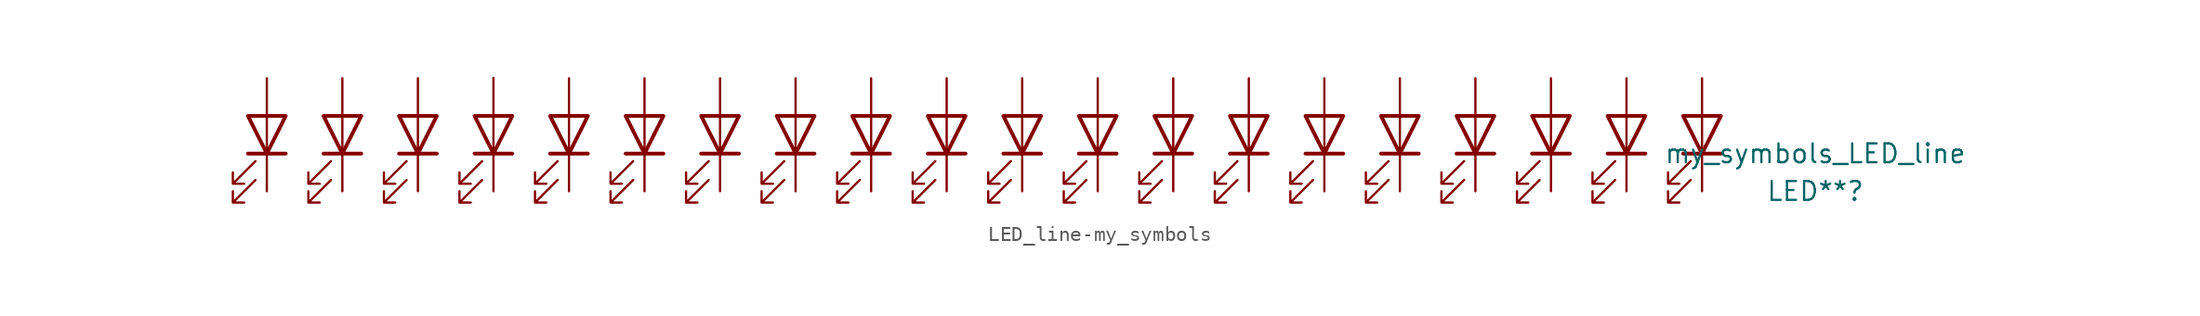
<source format=kicad_sym>
(kicad_symbol_lib
  (version 20231120)
  (generator "kicad_symbol_editor")
  (generator_version "8.0")
  (symbol "LED_line-my_symbols"
    (pin_numbers hide)
    (pin_names
      (offset 1.016) hide)
    (property "Reference" "LED**"
      (at 55.88 0 0)
      (effects (font (size 1.27 1.27))))
    (property "Value" "my_symbols_LED_line"
      (at 55.88 2.54 0)
      (effects (font (size 1.27 1.27))))
    (symbol "LED_line-my_symbols_0_1"
      (rectangle (start -33.02 7.62) (end -33.02 7.62) (stroke (width 0) (type solid)) (fill (type none)))
      (polyline (pts (xy 1.27 2.54) (xy 3.81 2.54)) (stroke (width 0.254) (type solid)) (fill (type none)))
      (polyline (pts (xy 2.54 2.54) (xy 2.54 5.08)) (stroke (width 0) (type solid)) (fill (type none)))
      (polyline (pts (xy 1.27 5.08) (xy 3.81 5.08) (xy 2.54 2.54) (xy 1.27 5.08)) (stroke (width 0.254) (type solid)) (fill (type none)))
      (polyline (pts (xy 1.778 0.762) (xy 0.254 -0.762) (xy 0.254 0) (xy 0.254 -0.762) (xy 1.016 -0.762)) (stroke (width 0) (type solid)) (fill (type none)))
      (polyline (pts (xy 1.778 2.032) (xy 0.254 0.508) (xy 0.254 1.27) (xy 0.254 0.508) (xy 1.016 0.508)) (stroke (width 0) (type solid)) (fill (type none))))
    (symbol "LED_line-my_symbols_1_1"
      (polyline (pts (xy -49.53 2.54) (xy -46.99 2.54)) (stroke (width 0.254) (type solid)) (fill (type none)))
      (polyline (pts (xy -48.26 2.54) (xy -48.26 5.08)) (stroke (width 0) (type solid)) (fill (type none)))
      (polyline (pts (xy -44.45 2.54) (xy -41.91 2.54)) (stroke (width 0.254) (type solid)) (fill (type none)))
      (polyline (pts (xy -43.18 2.54) (xy -43.18 5.08)) (stroke (width 0) (type solid)) (fill (type none)))
      (polyline (pts (xy -39.37 2.54) (xy -36.83 2.54)) (stroke (width 0.254) (type solid)) (fill (type none)))
      (polyline (pts (xy -38.1 2.54) (xy -38.1 5.08)) (stroke (width 0) (type solid)) (fill (type none)))
      (polyline (pts (xy -34.29 2.54) (xy -31.75 2.54)) (stroke (width 0.254) (type solid)) (fill (type none)))
      (polyline (pts (xy -33.02 2.54) (xy -33.02 5.08)) (stroke (width 0) (type solid)) (fill (type none)))
      (polyline (pts (xy -29.21 2.54) (xy -26.67 2.54)) (stroke (width 0.254) (type solid)) (fill (type none)))
      (polyline (pts (xy -27.94 2.54) (xy -27.94 5.08)) (stroke (width 0) (type solid)) (fill (type none)))
      (polyline (pts (xy -24.13 2.54) (xy -21.59 2.54)) (stroke (width 0.254) (type solid)) (fill (type none)))
      (polyline (pts (xy -22.86 2.54) (xy -22.86 5.08)) (stroke (width 0) (type solid)) (fill (type none)))
      (polyline (pts (xy -19.05 2.54) (xy -16.51 2.54)) (stroke (width 0.254) (type solid)) (fill (type none)))
      (polyline (pts (xy -17.78 2.54) (xy -17.78 5.08)) (stroke (width 0) (type solid)) (fill (type none)))
      (polyline (pts (xy -13.97 2.54) (xy -11.43 2.54)) (stroke (width 0.254) (type solid)) (fill (type none)))
      (polyline (pts (xy -12.7 2.54) (xy -12.7 5.08)) (stroke (width 0) (type solid)) (fill (type none)))
      (polyline (pts (xy -8.89 2.54) (xy -6.35 2.54)) (stroke (width 0.254) (type solid)) (fill (type none)))
      (polyline (pts (xy -7.62 2.54) (xy -7.62 5.08)) (stroke (width 0) (type solid)) (fill (type none)))
      (polyline (pts (xy -3.81 2.54) (xy -1.27 2.54)) (stroke (width 0.254) (type solid)) (fill (type none)))
      (polyline (pts (xy -2.54 2.54) (xy -2.54 5.08)) (stroke (width 0) (type solid)) (fill (type none)))
      (polyline (pts (xy 6.35 2.54) (xy 8.89 2.54)) (stroke (width 0.254) (type solid)) (fill (type none)))
      (polyline (pts (xy 7.62 2.54) (xy 7.62 5.08)) (stroke (width 0) (type solid)) (fill (type none)))
      (polyline (pts (xy 11.43 2.54) (xy 13.97 2.54)) (stroke (width 0.254) (type solid)) (fill (type none)))
      (polyline (pts (xy 12.7 2.54) (xy 12.7 5.08)) (stroke (width 0) (type solid)) (fill (type none)))
      (polyline (pts (xy 16.51 2.54) (xy 19.05 2.54)) (stroke (width 0.254) (type solid)) (fill (type none)))
      (polyline (pts (xy 17.78 2.54) (xy 17.78 5.08)) (stroke (width 0) (type solid)) (fill (type none)))
      (polyline (pts (xy 21.59 2.54) (xy 24.13 2.54)) (stroke (width 0.254) (type solid)) (fill (type none)))
      (polyline (pts (xy 22.86 2.54) (xy 22.86 5.08)) (stroke (width 0) (type solid)) (fill (type none)))
      (polyline (pts (xy 26.67 2.54) (xy 29.21 2.54)) (stroke (width 0.254) (type solid)) (fill (type none)))
      (polyline (pts (xy 27.94 2.54) (xy 27.94 5.08)) (stroke (width 0) (type solid)) (fill (type none)))
      (polyline (pts (xy 31.75 2.54) (xy 34.29 2.54)) (stroke (width 0.254) (type solid)) (fill (type none)))
      (polyline (pts (xy 33.02 2.54) (xy 33.02 5.08)) (stroke (width 0) (type solid)) (fill (type none)))
      (polyline (pts (xy 36.83 2.54) (xy 39.37 2.54)) (stroke (width 0.254) (type solid)) (fill (type none)))
      (polyline (pts (xy 38.1 2.54) (xy 38.1 5.08)) (stroke (width 0) (type solid)) (fill (type none)))
      (polyline (pts (xy 41.91 2.54) (xy 44.45 2.54)) (stroke (width 0.254) (type solid)) (fill (type none)))
      (polyline (pts (xy 43.18 2.54) (xy 43.18 5.08)) (stroke (width 0) (type solid)) (fill (type none)))
      (polyline (pts (xy 46.99 2.54) (xy 49.53 2.54)) (stroke (width 0.254) (type solid)) (fill (type none)))
      (polyline (pts (xy 48.26 2.54) (xy 48.26 5.08)) (stroke (width 0) (type solid)) (fill (type none)))
      (polyline (pts (xy -49.53 5.08) (xy -46.99 5.08) (xy -48.26 2.54) (xy -49.53 5.08)) (stroke (width 0.254) (type solid)) (fill (type none)))
      (polyline (pts (xy -44.45 5.08) (xy -41.91 5.08) (xy -43.18 2.54) (xy -44.45 5.08)) (stroke (width 0.254) (type solid)) (fill (type none)))
      (polyline (pts (xy -39.37 5.08) (xy -36.83 5.08) (xy -38.1 2.54) (xy -39.37 5.08)) (stroke (width 0.254) (type solid)) (fill (type none)))
      (polyline (pts (xy -34.29 5.08) (xy -31.75 5.08) (xy -33.02 2.54) (xy -34.29 5.08)) (stroke (width 0.254) (type solid)) (fill (type none)))
      (polyline (pts (xy -29.21 5.08) (xy -26.67 5.08) (xy -27.94 2.54) (xy -29.21 5.08)) (stroke (width 0.254) (type solid)) (fill (type none)))
      (polyline (pts (xy -24.13 5.08) (xy -21.59 5.08) (xy -22.86 2.54) (xy -24.13 5.08)) (stroke (width 0.254) (type solid)) (fill (type none)))
      (polyline (pts (xy -19.05 5.08) (xy -16.51 5.08) (xy -17.78 2.54) (xy -19.05 5.08)) (stroke (width 0.254) (type solid)) (fill (type none)))
      (polyline (pts (xy -13.97 5.08) (xy -11.43 5.08) (xy -12.7 2.54) (xy -13.97 5.08)) (stroke (width 0.254) (type solid)) (fill (type none)))
      (polyline (pts (xy -8.89 5.08) (xy -6.35 5.08) (xy -7.62 2.54) (xy -8.89 5.08)) (stroke (width 0.254) (type solid)) (fill (type none)))
      (polyline (pts (xy -3.81 5.08) (xy -1.27 5.08) (xy -2.54 2.54) (xy -3.81 5.08)) (stroke (width 0.254) (type solid)) (fill (type none)))
      (polyline (pts (xy 6.35 5.08) (xy 8.89 5.08) (xy 7.62 2.54) (xy 6.35 5.08)) (stroke (width 0.254) (type solid)) (fill (type none)))
      (polyline (pts (xy 11.43 5.08) (xy 13.97 5.08) (xy 12.7 2.54) (xy 11.43 5.08)) (stroke (width 0.254) (type solid)) (fill (type none)))
      (polyline (pts (xy 16.51 5.08) (xy 19.05 5.08) (xy 17.78 2.54) (xy 16.51 5.08)) (stroke (width 0.254) (type solid)) (fill (type none)))
      (polyline (pts (xy 21.59 5.08) (xy 24.13 5.08) (xy 22.86 2.54) (xy 21.59 5.08)) (stroke (width 0.254) (type solid)) (fill (type none)))
      (polyline (pts (xy 26.67 5.08) (xy 29.21 5.08) (xy 27.94 2.54) (xy 26.67 5.08)) (stroke (width 0.254) (type solid)) (fill (type none)))
      (polyline (pts (xy 31.75 5.08) (xy 34.29 5.08) (xy 33.02 2.54) (xy 31.75 5.08)) (stroke (width 0.254) (type solid)) (fill (type none)))
      (polyline (pts (xy 36.83 5.08) (xy 39.37 5.08) (xy 38.1 2.54) (xy 36.83 5.08)) (stroke (width 0.254) (type solid)) (fill (type none)))
      (polyline (pts (xy 41.91 5.08) (xy 44.45 5.08) (xy 43.18 2.54) (xy 41.91 5.08)) (stroke (width 0.254) (type solid)) (fill (type none)))
      (polyline (pts (xy 46.99 5.08) (xy 49.53 5.08) (xy 48.26 2.54) (xy 46.99 5.08)) (stroke (width 0.254) (type solid)) (fill (type none)))
      (polyline (pts (xy -49.022 0.762) (xy -50.546 -0.762) (xy -50.546 0) (xy -50.546 -0.762) (xy -49.784 -0.762)) (stroke (width 0) (type solid)) (fill (type none)))
      (polyline (pts (xy -49.022 2.032) (xy -50.546 0.508) (xy -50.546 1.27) (xy -50.546 0.508) (xy -49.784 0.508)) (stroke (width 0) (type solid)) (fill (type none)))
      (polyline (pts (xy -43.942 0.762) (xy -45.466 -0.762) (xy -45.466 0) (xy -45.466 -0.762) (xy -44.704 -0.762)) (stroke (width 0) (type solid)) (fill (type none)))
      (polyline (pts (xy -43.942 2.032) (xy -45.466 0.508) (xy -45.466 1.27) (xy -45.466 0.508) (xy -44.704 0.508)) (stroke (width 0) (type solid)) (fill (type none)))
      (polyline (pts (xy -38.862 0.762) (xy -40.386 -0.762) (xy -40.386 0) (xy -40.386 -0.762) (xy -39.624 -0.762)) (stroke (width 0) (type solid)) (fill (type none)))
      (polyline (pts (xy -38.862 2.032) (xy -40.386 0.508) (xy -40.386 1.27) (xy -40.386 0.508) (xy -39.624 0.508)) (stroke (width 0) (type solid)) (fill (type none)))
      (polyline (pts (xy -33.782 0.762) (xy -35.306 -0.762) (xy -35.306 0) (xy -35.306 -0.762) (xy -34.544 -0.762)) (stroke (width 0) (type solid)) (fill (type none)))
      (polyline (pts (xy -33.782 2.032) (xy -35.306 0.508) (xy -35.306 1.27) (xy -35.306 0.508) (xy -34.544 0.508)) (stroke (width 0) (type solid)) (fill (type none)))
      (polyline (pts (xy -28.702 0.762) (xy -30.226 -0.762) (xy -30.226 0) (xy -30.226 -0.762) (xy -29.464 -0.762)) (stroke (width 0) (type solid)) (fill (type none)))
      (polyline (pts (xy -28.702 2.032) (xy -30.226 0.508) (xy -30.226 1.27) (xy -30.226 0.508) (xy -29.464 0.508)) (stroke (width 0) (type solid)) (fill (type none)))
      (polyline (pts (xy -23.622 0.762) (xy -25.146 -0.762) (xy -25.146 0) (xy -25.146 -0.762) (xy -24.384 -0.762)) (stroke (width 0) (type solid)) (fill (type none)))
      (polyline (pts (xy -23.622 2.032) (xy -25.146 0.508) (xy -25.146 1.27) (xy -25.146 0.508) (xy -24.384 0.508)) (stroke (width 0) (type solid)) (fill (type none)))
      (polyline (pts (xy -18.542 0.762) (xy -20.066 -0.762) (xy -20.066 0) (xy -20.066 -0.762) (xy -19.304 -0.762)) (stroke (width 0) (type solid)) (fill (type none)))
      (polyline (pts (xy -18.542 2.032) (xy -20.066 0.508) (xy -20.066 1.27) (xy -20.066 0.508) (xy -19.304 0.508)) (stroke (width 0) (type solid)) (fill (type none)))
      (polyline (pts (xy -13.462 0.762) (xy -14.986 -0.762) (xy -14.986 0) (xy -14.986 -0.762) (xy -14.224 -0.762)) (stroke (width 0) (type solid)) (fill (type none)))
      (polyline (pts (xy -13.462 2.032) (xy -14.986 0.508) (xy -14.986 1.27) (xy -14.986 0.508) (xy -14.224 0.508)) (stroke (width 0) (type solid)) (fill (type none)))
      (polyline (pts (xy -8.382 0.762) (xy -9.906 -0.762) (xy -9.906 0) (xy -9.906 -0.762) (xy -9.144 -0.762)) (stroke (width 0) (type solid)) (fill (type none)))
      (polyline (pts (xy -8.382 2.032) (xy -9.906 0.508) (xy -9.906 1.27) (xy -9.906 0.508) (xy -9.144 0.508)) (stroke (width 0) (type solid)) (fill (type none)))
      (polyline (pts (xy -3.302 0.762) (xy -4.826 -0.762) (xy -4.826 0) (xy -4.826 -0.762) (xy -4.064 -0.762)) (stroke (width 0) (type solid)) (fill (type none)))
      (polyline (pts (xy -3.302 2.032) (xy -4.826 0.508) (xy -4.826 1.27) (xy -4.826 0.508) (xy -4.064 0.508)) (stroke (width 0) (type solid)) (fill (type none)))
      (polyline (pts (xy 6.858 0.762) (xy 5.334 -0.762) (xy 5.334 0) (xy 5.334 -0.762) (xy 6.096 -0.762)) (stroke (width 0) (type solid)) (fill (type none)))
      (polyline (pts (xy 6.858 2.032) (xy 5.334 0.508) (xy 5.334 1.27) (xy 5.334 0.508) (xy 6.096 0.508)) (stroke (width 0) (type solid)) (fill (type none)))
      (polyline (pts (xy 11.938 0.762) (xy 10.414 -0.762) (xy 10.414 0) (xy 10.414 -0.762) (xy 11.176 -0.762)) (stroke (width 0) (type solid)) (fill (type none)))
      (polyline (pts (xy 11.938 2.032) (xy 10.414 0.508) (xy 10.414 1.27) (xy 10.414 0.508) (xy 11.176 0.508)) (stroke (width 0) (type solid)) (fill (type none)))
      (polyline (pts (xy 17.018 0.762) (xy 15.494 -0.762) (xy 15.494 0) (xy 15.494 -0.762) (xy 16.256 -0.762)) (stroke (width 0) (type solid)) (fill (type none)))
      (polyline (pts (xy 17.018 2.032) (xy 15.494 0.508) (xy 15.494 1.27) (xy 15.494 0.508) (xy 16.256 0.508)) (stroke (width 0) (type solid)) (fill (type none)))
      (polyline (pts (xy 22.098 0.762) (xy 20.574 -0.762) (xy 20.574 0) (xy 20.574 -0.762) (xy 21.336 -0.762)) (stroke (width 0) (type solid)) (fill (type none)))
      (polyline (pts (xy 22.098 2.032) (xy 20.574 0.508) (xy 20.574 1.27) (xy 20.574 0.508) (xy 21.336 0.508)) (stroke (width 0) (type solid)) (fill (type none)))
      (polyline (pts (xy 27.178 0.762) (xy 25.654 -0.762) (xy 25.654 0) (xy 25.654 -0.762) (xy 26.416 -0.762)) (stroke (width 0) (type solid)) (fill (type none)))
      (polyline (pts (xy 27.178 2.032) (xy 25.654 0.508) (xy 25.654 1.27) (xy 25.654 0.508) (xy 26.416 0.508)) (stroke (width 0) (type solid)) (fill (type none)))
      (polyline (pts (xy 32.258 0.762) (xy 30.734 -0.762) (xy 30.734 0) (xy 30.734 -0.762) (xy 31.496 -0.762)) (stroke (width 0) (type solid)) (fill (type none)))
      (polyline (pts (xy 32.258 2.032) (xy 30.734 0.508) (xy 30.734 1.27) (xy 30.734 0.508) (xy 31.496 0.508)) (stroke (width 0) (type solid)) (fill (type none)))
      (polyline (pts (xy 37.338 0.762) (xy 35.814 -0.762) (xy 35.814 0) (xy 35.814 -0.762) (xy 36.576 -0.762)) (stroke (width 0) (type solid)) (fill (type none)))
      (polyline (pts (xy 37.338 2.032) (xy 35.814 0.508) (xy 35.814 1.27) (xy 35.814 0.508) (xy 36.576 0.508)) (stroke (width 0) (type solid)) (fill (type none)))
      (polyline (pts (xy 42.418 0.762) (xy 40.894 -0.762) (xy 40.894 0) (xy 40.894 -0.762) (xy 41.656 -0.762)) (stroke (width 0) (type solid)) (fill (type none)))
      (polyline (pts (xy 42.418 2.032) (xy 40.894 0.508) (xy 40.894 1.27) (xy 40.894 0.508) (xy 41.656 0.508)) (stroke (width 0) (type solid)) (fill (type none)))
      (polyline (pts (xy 47.498 0.762) (xy 45.974 -0.762) (xy 45.974 0) (xy 45.974 -0.762) (xy 46.736 -0.762)) (stroke (width 0) (type solid)) (fill (type none)))
      (polyline (pts (xy 47.498 2.032) (xy 45.974 0.508) (xy 45.974 1.27) (xy 45.974 0.508) (xy 46.736 0.508)) (stroke (width 0) (type solid)) (fill (type none)))
      (pin passive line (at -48.26 0 90) (length 2.54) (name "K" (effects (font (size 1.27 1.27)))) (number "1" (effects (font (size 1.27 1.27)))))
      (pin passive line (at -27.94 7.62 270) (length 2.54) (name "A" (effects (font (size 1.27 1.27)))) (number "10" (effects (font (size 1.27 1.27)))))
      (pin passive line (at -22.86 0 90) (length 2.54) (name "K" (effects (font (size 1.27 1.27)))) (number "11" (effects (font (size 1.27 1.27)))))
      (pin passive line (at -22.86 7.62 270) (length 2.54) (name "A" (effects (font (size 1.27 1.27)))) (number "12" (effects (font (size 1.27 1.27)))))
      (pin passive line (at -17.78 0 90) (length 2.54) (name "K" (effects (font (size 1.27 1.27)))) (number "13" (effects (font (size 1.27 1.27)))))
      (pin passive line (at -17.78 7.62 270) (length 2.54) (name "A" (effects (font (size 1.27 1.27)))) (number "14" (effects (font (size 1.27 1.27)))))
      (pin passive line (at -12.7 0 90) (length 2.54) (name "K" (effects (font (size 1.27 1.27)))) (number "15" (effects (font (size 1.27 1.27)))))
      (pin passive line (at -12.7 7.62 270) (length 2.54) (name "A" (effects (font (size 1.27 1.27)))) (number "16" (effects (font (size 1.27 1.27)))))
      (pin passive line (at -7.62 0 90) (length 2.54) (name "K" (effects (font (size 1.27 1.27)))) (number "17" (effects (font (size 1.27 1.27)))))
      (pin passive line (at -7.62 7.62 270) (length 2.54) (name "A" (effects (font (size 1.27 1.27)))) (number "18" (effects (font (size 1.27 1.27)))))
      (pin passive line (at -2.54 0 90) (length 2.54) (name "K" (effects (font (size 1.27 1.27)))) (number "19" (effects (font (size 1.27 1.27)))))
      (pin passive line (at -48.26 7.62 270) (length 2.54) (name "A" (effects (font (size 1.27 1.27)))) (number "2" (effects (font (size 1.27 1.27)))))
      (pin passive line (at -2.54 7.62 270) (length 2.54) (name "A" (effects (font (size 1.27 1.27)))) (number "20" (effects (font (size 1.27 1.27)))))
      (pin passive line (at 2.54 0 90) (length 2.54) (name "K" (effects (font (size 1.27 1.27)))) (number "21" (effects (font (size 1.27 1.27)))))
      (pin passive line (at 2.54 7.62 270) (length 2.54) (name "A" (effects (font (size 1.27 1.27)))) (number "22" (effects (font (size 1.27 1.27)))))
      (pin passive line (at 7.62 0 90) (length 2.54) (name "K" (effects (font (size 1.27 1.27)))) (number "23" (effects (font (size 1.27 1.27)))))
      (pin passive line (at 7.62 7.62 270) (length 2.54) (name "A" (effects (font (size 1.27 1.27)))) (number "24" (effects (font (size 1.27 1.27)))))
      (pin passive line (at 12.7 0 90) (length 2.54) (name "K" (effects (font (size 1.27 1.27)))) (number "25" (effects (font (size 1.27 1.27)))))
      (pin passive line (at 12.7 7.62 270) (length 2.54) (name "A" (effects (font (size 1.27 1.27)))) (number "26" (effects (font (size 1.27 1.27)))))
      (pin passive line (at 17.78 0 90) (length 2.54) (name "K" (effects (font (size 1.27 1.27)))) (number "27" (effects (font (size 1.27 1.27)))))
      (pin passive line (at 17.78 7.62 270) (length 2.54) (name "A" (effects (font (size 1.27 1.27)))) (number "28" (effects (font (size 1.27 1.27)))))
      (pin passive line (at 22.86 0 90) (length 2.54) (name "K" (effects (font (size 1.27 1.27)))) (number "29" (effects (font (size 1.27 1.27)))))
      (pin passive line (at -43.18 0 90) (length 2.54) (name "K" (effects (font (size 1.27 1.27)))) (number "3" (effects (font (size 1.27 1.27)))))
      (pin passive line (at 22.86 7.62 270) (length 2.54) (name "A" (effects (font (size 1.27 1.27)))) (number "30" (effects (font (size 1.27 1.27)))))
      (pin passive line (at 27.94 0 90) (length 2.54) (name "K" (effects (font (size 1.27 1.27)))) (number "31" (effects (font (size 1.27 1.27)))))
      (pin passive line (at 27.94 7.62 270) (length 2.54) (name "A" (effects (font (size 1.27 1.27)))) (number "32" (effects (font (size 1.27 1.27)))))
      (pin passive line (at 33.02 0 90) (length 2.54) (name "K" (effects (font (size 1.27 1.27)))) (number "33" (effects (font (size 1.27 1.27)))))
      (pin passive line (at 33.02 7.62 270) (length 2.54) (name "A" (effects (font (size 1.27 1.27)))) (number "34" (effects (font (size 1.27 1.27)))))
      (pin passive line (at 38.1 0 90) (length 2.54) (name "K" (effects (font (size 1.27 1.27)))) (number "35" (effects (font (size 1.27 1.27)))))
      (pin passive line (at 38.1 7.62 270) (length 2.54) (name "A" (effects (font (size 1.27 1.27)))) (number "36" (effects (font (size 1.27 1.27)))))
      (pin passive line (at 43.18 0 90) (length 2.54) (name "K" (effects (font (size 1.27 1.27)))) (number "37" (effects (font (size 1.27 1.27)))))
      (pin passive line (at 43.18 7.62 270) (length 2.54) (name "A" (effects (font (size 1.27 1.27)))) (number "38" (effects (font (size 1.27 1.27)))))
      (pin passive line (at 48.26 0 90) (length 2.54) (name "K" (effects (font (size 1.27 1.27)))) (number "39" (effects (font (size 1.27 1.27)))))
      (pin passive line (at -43.18 7.62 270) (length 2.54) (name "A" (effects (font (size 1.27 1.27)))) (number "4" (effects (font (size 1.27 1.27)))))
      (pin passive line (at 48.26 7.62 270) (length 2.54) (name "A" (effects (font (size 1.27 1.27)))) (number "40" (effects (font (size 1.27 1.27)))))
      (pin passive line (at -38.1 0 90) (length 2.54) (name "K" (effects (font (size 1.27 1.27)))) (number "5" (effects (font (size 1.27 1.27)))))
      (pin passive line (at -38.1 7.62 270) (length 2.54) (name "A" (effects (font (size 1.27 1.27)))) (number "6" (effects (font (size 1.27 1.27)))))
      (pin passive line (at -33.02 0 90) (length 2.54) (name "K" (effects (font (size 1.27 1.27)))) (number "7" (effects (font (size 1.27 1.27)))))
      (pin passive line (at -33.02 7.62 270) (length 2.54) (name "A" (effects (font (size 1.27 1.27)))) (number "8" (effects (font (size 1.27 1.27)))))
      (pin passive line (at -27.94 0 90) (length 2.54) (name "K" (effects (font (size 1.27 1.27)))) (number "9" (effects (font (size 1.27 1.27))))))))
</source>
